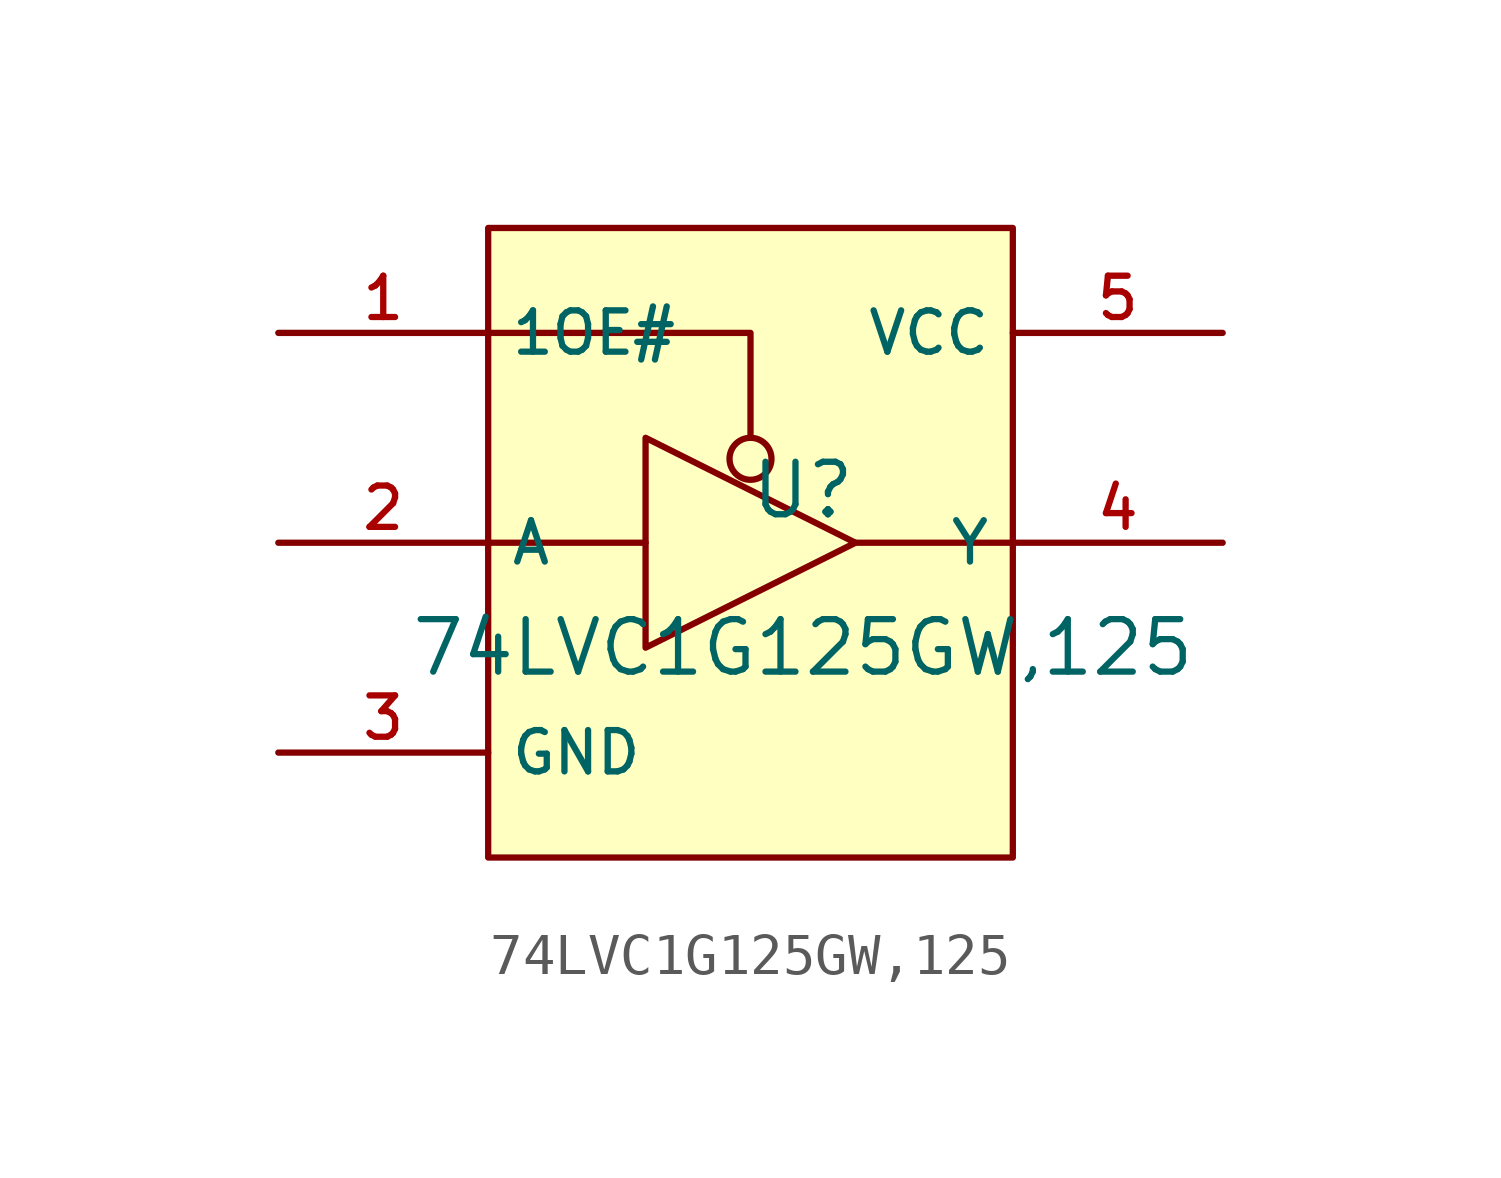
<source format=kicad_sym>
(kicad_symbol_lib
  (version 20220914)
  (generator kicad_symbol_editor)
  (symbol "74LVC1G125GW,125"
    (property "Reference" "U"
      (at 0 1.27 0)
      (effects (font (size 1.27 1.27))))
    (property "Value" "74LVC1G125GW,125"
      (at 0 -2.54 0)
      (effects (font (size 1.27 1.27))))
    (symbol "74LVC1G125GW,125_0_1"
      (rectangle (start -7.62 7.62) (end 5.08 -7.62) (stroke (width 0) (type default)) (fill (type background)))
      (circle (center -1.27 2.032) (radius 0.508) (stroke (width 0) (type default)) (fill (type background)))
      (polyline (pts (xy -7.62 0) (xy -3.81 0)) (stroke (width 0) (type default)) (fill (type none)))
      (polyline (pts (xy 1.27 0) (xy 5.08 0)) (stroke (width 0) (type default)) (fill (type none)))
      (polyline (pts (xy -7.62 5.08) (xy -1.27 5.08) (xy -1.27 2.54)) (stroke (width 0) (type default)) (fill (type none)))
      (polyline (pts (xy -3.81 -2.54) (xy -3.81 2.54) (xy 1.27 0) (xy -3.81 -2.54)) (stroke (width 0) (type default)) (fill (type none)))
      (pin unspecified line (at -12.7 5.08 0) (length 5.08) (name "1OE#" (effects (font (size 1 1)))) (number "1" (effects (font (size 1 1)))))
      (pin unspecified line (at -12.7 0 0) (length 5.08) (name "A" (effects (font (size 1 1)))) (number "2" (effects (font (size 1 1)))))
      (pin unspecified line (at -12.7 -5.08 0) (length 5.08) (name "GND" (effects (font (size 1 1)))) (number "3" (effects (font (size 1 1)))))
      (pin unspecified line (at 10.16 0 180) (length 5.08) (name "Y" (effects (font (size 1 1)))) (number "4" (effects (font (size 1 1)))))
      (pin unspecified line (at 10.16 5.08 180) (length 5.08) (name "VCC" (effects (font (size 1 1)))) (number "5" (effects (font (size 1 1))))))))
</source>
